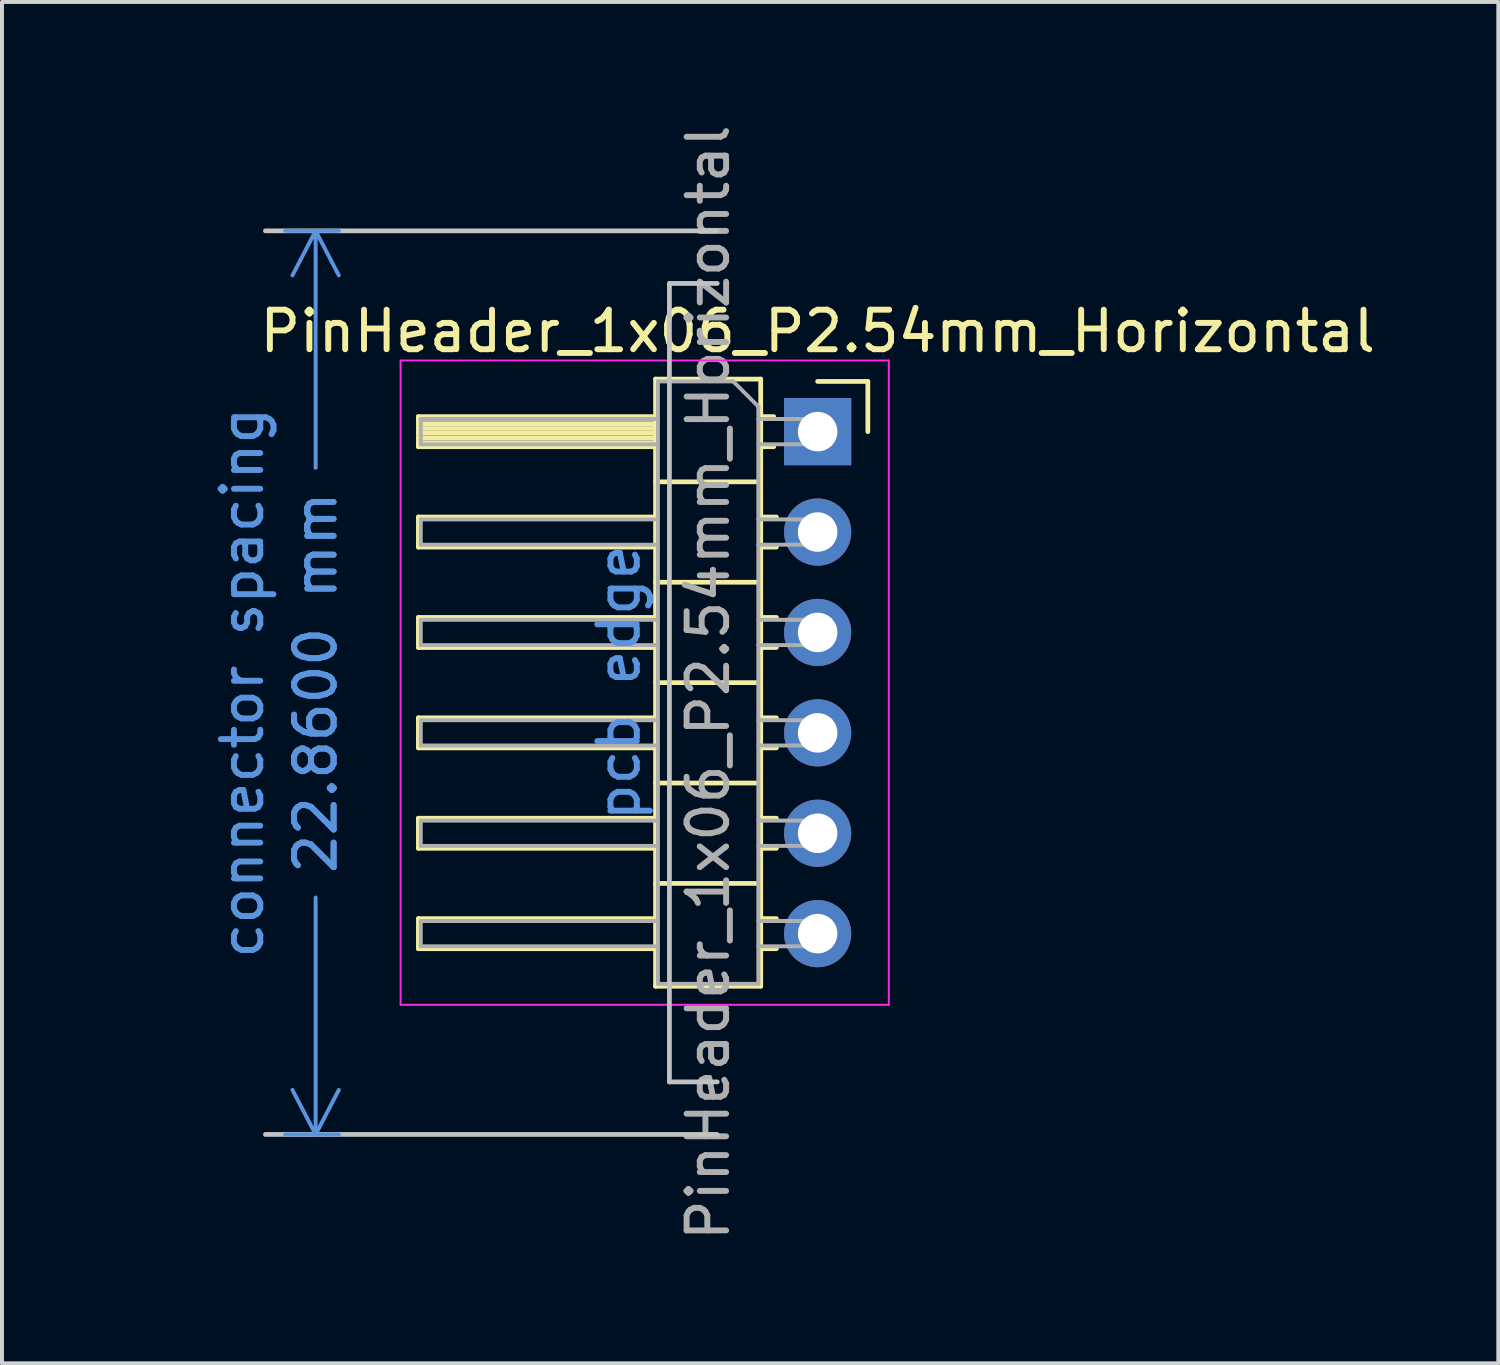
<source format=kicad_pcb>
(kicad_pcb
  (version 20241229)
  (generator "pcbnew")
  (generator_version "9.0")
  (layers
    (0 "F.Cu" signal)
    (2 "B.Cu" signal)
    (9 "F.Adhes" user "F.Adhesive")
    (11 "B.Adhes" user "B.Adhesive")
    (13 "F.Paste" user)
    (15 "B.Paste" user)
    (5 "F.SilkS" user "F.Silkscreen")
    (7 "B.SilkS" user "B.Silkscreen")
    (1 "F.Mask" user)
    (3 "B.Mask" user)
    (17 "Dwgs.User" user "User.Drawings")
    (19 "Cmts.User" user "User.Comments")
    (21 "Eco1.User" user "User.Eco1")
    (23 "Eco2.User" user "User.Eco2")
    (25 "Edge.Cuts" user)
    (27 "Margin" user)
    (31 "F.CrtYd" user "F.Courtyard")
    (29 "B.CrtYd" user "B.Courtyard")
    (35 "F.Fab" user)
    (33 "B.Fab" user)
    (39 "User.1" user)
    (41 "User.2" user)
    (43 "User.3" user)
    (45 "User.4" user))
  (footprint "PinHeader_1x06_P2.54mm_Horizontal"
    (layer "F.Cu")
    (at 17.635 7.87)
    (property "Reference" "PinHeader_1x06_P2.54mm_Horizontal" (at 0 -2.54 0) (layer "F.SilkS") (effects (font (size 1 1) (thickness 0.15))))
    (attr through_hole)
    (fp_line (start -10.1 -0.38) (end -10.1 0.38) (stroke (width 0.12) (type solid)) (layer "F.SilkS"))
    (fp_line (start -10.1 0.38) (end -4.1 0.38) (stroke (width 0.12) (type solid)) (layer "F.SilkS"))
    (fp_line (start -10.1 2.16) (end -10.1 2.92) (stroke (width 0.12) (type solid)) (layer "F.SilkS"))
    (fp_line (start -10.1 2.92) (end -4.1 2.92) (stroke (width 0.12) (type solid)) (layer "F.SilkS"))
    (fp_line (start -10.1 4.7) (end -10.1 5.46) (stroke (width 0.12) (type solid)) (layer "F.SilkS"))
    (fp_line (start -10.1 5.46) (end -4.1 5.46) (stroke (width 0.12) (type solid)) (layer "F.SilkS"))
    (fp_line (start -10.1 7.24) (end -10.1 8) (stroke (width 0.12) (type solid)) (layer "F.SilkS"))
    (fp_line (start -10.1 8) (end -4.1 8) (stroke (width 0.12) (type solid)) (layer "F.SilkS"))
    (fp_line (start -10.1 9.78) (end -10.1 10.54) (stroke (width 0.12) (type solid)) (layer "F.SilkS"))
    (fp_line (start -10.1 10.54) (end -4.1 10.54) (stroke (width 0.12) (type solid)) (layer "F.SilkS"))
    (fp_line (start -10.1 12.32) (end -10.1 13.08) (stroke (width 0.12) (type solid)) (layer "F.SilkS"))
    (fp_line (start -10.1 13.08) (end -4.1 13.08) (stroke (width 0.12) (type solid)) (layer "F.SilkS"))
    (fp_line (start -4.1 -1.33) (end -1.44 -1.33) (stroke (width 0.12) (type solid)) (layer "F.SilkS"))
    (fp_line (start -4.1 -0.38) (end -10.1 -0.38) (stroke (width 0.12) (type solid)) (layer "F.SilkS"))
    (fp_line (start -4.1 -0.32) (end -10.1 -0.32) (stroke (width 0.12) (type solid)) (layer "F.SilkS"))
    (fp_line (start -4.1 -0.2) (end -10.1 -0.2) (stroke (width 0.12) (type solid)) (layer "F.SilkS"))
    (fp_line (start -4.1 -0.08) (end -10.1 -0.08) (stroke (width 0.12) (type solid)) (layer "F.SilkS"))
    (fp_line (start -4.1 0.04) (end -10.1 0.04) (stroke (width 0.12) (type solid)) (layer "F.SilkS"))
    (fp_line (start -4.1 0.16) (end -10.1 0.16) (stroke (width 0.12) (type solid)) (layer "F.SilkS"))
    (fp_line (start -4.1 0.28) (end -10.1 0.28) (stroke (width 0.12) (type solid)) (layer "F.SilkS"))
    (fp_line (start -4.1 2.16) (end -10.1 2.16) (stroke (width 0.12) (type solid)) (layer "F.SilkS"))
    (fp_line (start -4.1 4.7) (end -10.1 4.7) (stroke (width 0.12) (type solid)) (layer "F.SilkS"))
    (fp_line (start -4.1 7.24) (end -10.1 7.24) (stroke (width 0.12) (type solid)) (layer "F.SilkS"))
    (fp_line (start -4.1 9.78) (end -10.1 9.78) (stroke (width 0.12) (type solid)) (layer "F.SilkS"))
    (fp_line (start -4.1 12.32) (end -10.1 12.32) (stroke (width 0.12) (type solid)) (layer "F.SilkS"))
    (fp_line (start -4.1 14.03) (end -4.1 -1.33) (stroke (width 0.12) (type solid)) (layer "F.SilkS"))
    (fp_line (start -1.44 -1.33) (end -1.44 14.03) (stroke (width 0.12) (type solid)) (layer "F.SilkS"))
    (fp_line (start -1.44 1.27) (end -4.1 1.27) (stroke (width 0.12) (type solid)) (layer "F.SilkS"))
    (fp_line (start -1.44 3.81) (end -4.1 3.81) (stroke (width 0.12) (type solid)) (layer "F.SilkS"))
    (fp_line (start -1.44 6.35) (end -4.1 6.35) (stroke (width 0.12) (type solid)) (layer "F.SilkS"))
    (fp_line (start -1.44 8.89) (end -4.1 8.89) (stroke (width 0.12) (type solid)) (layer "F.SilkS"))
    (fp_line (start -1.44 11.43) (end -4.1 11.43) (stroke (width 0.12) (type solid)) (layer "F.SilkS"))
    (fp_line (start -1.44 14.03) (end -4.1 14.03) (stroke (width 0.12) (type solid)) (layer "F.SilkS"))
    (fp_line (start -1.11 -0.38) (end -1.44 -0.38) (stroke (width 0.12) (type solid)) (layer "F.SilkS"))
    (fp_line (start -1.11 0.38) (end -1.44 0.38) (stroke (width 0.12) (type solid)) (layer "F.SilkS"))
    (fp_line (start -1.043 2.16) (end -1.44 2.16) (stroke (width 0.12) (type solid)) (layer "F.SilkS"))
    (fp_line (start -1.043 2.92) (end -1.44 2.92) (stroke (width 0.12) (type solid)) (layer "F.SilkS"))
    (fp_line (start -1.043 4.7) (end -1.44 4.7) (stroke (width 0.12) (type solid)) (layer "F.SilkS"))
    (fp_line (start -1.043 5.46) (end -1.44 5.46) (stroke (width 0.12) (type solid)) (layer "F.SilkS"))
    (fp_line (start -1.043 7.24) (end -1.44 7.24) (stroke (width 0.12) (type solid)) (layer "F.SilkS"))
    (fp_line (start -1.043 8) (end -1.44 8) (stroke (width 0.12) (type solid)) (layer "F.SilkS"))
    (fp_line (start -1.043 9.78) (end -1.44 9.78) (stroke (width 0.12) (type solid)) (layer "F.SilkS"))
    (fp_line (start -1.043 10.54) (end -1.44 10.54) (stroke (width 0.12) (type solid)) (layer "F.SilkS"))
    (fp_line (start -1.043 12.32) (end -1.44 12.32) (stroke (width 0.12) (type solid)) (layer "F.SilkS"))
    (fp_line (start -1.043 13.08) (end -1.44 13.08) (stroke (width 0.12) (type solid)) (layer "F.SilkS"))
    (fp_line (start 1.27 -1.27) (end 0 -1.27) (stroke (width 0.12) (type solid)) (layer "F.SilkS"))
    (fp_line (start 1.27 0) (end 1.27 -1.27) (stroke (width 0.12) (type solid)) (layer "F.SilkS"))
    (fp_line (start -13.97 -5.08) (end -2.54 -5.08) (stroke (width 0.12) (type default)) (layer "Dwgs.User"))
    (fp_line (start -13.97 17.78) (end -2.54 17.78) (stroke (width 0.12) (type default)) (layer "Dwgs.User"))
    (fp_line (start -3.75 -3.75) (end -3.75 16.45) (stroke (width 0.12) (type default)) (layer "Dwgs.User"))
    (fp_line (start -3.75 -3.75) (end -2.54 -3.75) (stroke (width 0.12) (type default)) (layer "Dwgs.User"))
    (fp_line (start -2.54 16.45) (end -3.75 16.45) (stroke (width 0.12) (type default)) (layer "Dwgs.User"))
    (fp_line (start -10.55 -1.8) (end 1.8 -1.8) (stroke (width 0.05) (type solid)) (layer "F.CrtYd"))
    (fp_line (start -10.55 14.5) (end -10.55 -1.8) (stroke (width 0.05) (type solid)) (layer "F.CrtYd"))
    (fp_line (start 1.8 -1.8) (end 1.8 14.5) (stroke (width 0.05) (type solid)) (layer "F.CrtYd"))
    (fp_line (start 1.8 14.5) (end -10.55 14.5) (stroke (width 0.05) (type solid)) (layer "F.CrtYd"))
    (fp_line (start -10.04 -0.32) (end -10.04 0.32) (stroke (width 0.1) (type solid)) (layer "F.Fab"))
    (fp_line (start -10.04 2.22) (end -10.04 2.86) (stroke (width 0.1) (type solid)) (layer "F.Fab"))
    (fp_line (start -10.04 4.76) (end -10.04 5.4) (stroke (width 0.1) (type solid)) (layer "F.Fab"))
    (fp_line (start -10.04 7.3) (end -10.04 7.94) (stroke (width 0.1) (type solid)) (layer "F.Fab"))
    (fp_line (start -10.04 9.84) (end -10.04 10.48) (stroke (width 0.1) (type solid)) (layer "F.Fab"))
    (fp_line (start -10.04 12.38) (end -10.04 13.02) (stroke (width 0.1) (type solid)) (layer "F.Fab"))
    (fp_line (start -4.04 -1.27) (end -4.04 13.97) (stroke (width 0.1) (type solid)) (layer "F.Fab"))
    (fp_line (start -4.04 -0.32) (end -10.04 -0.32) (stroke (width 0.1) (type solid)) (layer "F.Fab"))
    (fp_line (start -4.04 0.32) (end -10.04 0.32) (stroke (width 0.1) (type solid)) (layer "F.Fab"))
    (fp_line (start -4.04 2.22) (end -10.04 2.22) (stroke (width 0.1) (type solid)) (layer "F.Fab"))
    (fp_line (start -4.04 2.86) (end -10.04 2.86) (stroke (width 0.1) (type solid)) (layer "F.Fab"))
    (fp_line (start -4.04 4.76) (end -10.04 4.76) (stroke (width 0.1) (type solid)) (layer "F.Fab"))
    (fp_line (start -4.04 5.4) (end -10.04 5.4) (stroke (width 0.1) (type solid)) (layer "F.Fab"))
    (fp_line (start -4.04 7.3) (end -10.04 7.3) (stroke (width 0.1) (type solid)) (layer "F.Fab"))
    (fp_line (start -4.04 7.94) (end -10.04 7.94) (stroke (width 0.1) (type solid)) (layer "F.Fab"))
    (fp_line (start -4.04 9.84) (end -10.04 9.84) (stroke (width 0.1) (type solid)) (layer "F.Fab"))
    (fp_line (start -4.04 10.48) (end -10.04 10.48) (stroke (width 0.1) (type solid)) (layer "F.Fab"))
    (fp_line (start -4.04 12.38) (end -10.04 12.38) (stroke (width 0.1) (type solid)) (layer "F.Fab"))
    (fp_line (start -4.04 13.02) (end -10.04 13.02) (stroke (width 0.1) (type solid)) (layer "F.Fab"))
    (fp_line (start -4.04 13.97) (end -1.5 13.97) (stroke (width 0.1) (type solid)) (layer "F.Fab"))
    (fp_line (start -2.135 -1.27) (end -4.04 -1.27) (stroke (width 0.1) (type solid)) (layer "F.Fab"))
    (fp_line (start -1.5 -0.635) (end -2.135 -1.27) (stroke (width 0.1) (type solid)) (layer "F.Fab"))
    (fp_line (start -1.5 13.97) (end -1.5 -0.635) (stroke (width 0.1) (type solid)) (layer "F.Fab"))
    (fp_line (start 0.32 -0.32) (end -1.5 -0.32) (stroke (width 0.1) (type solid)) (layer "F.Fab"))
    (fp_line (start 0.32 -0.32) (end 0.32 0.32) (stroke (width 0.1) (type solid)) (layer "F.Fab"))
    (fp_line (start 0.32 0.32) (end -1.5 0.32) (stroke (width 0.1) (type solid)) (layer "F.Fab"))
    (fp_line (start 0.32 2.22) (end -1.5 2.22) (stroke (width 0.1) (type solid)) (layer "F.Fab"))
    (fp_line (start 0.32 2.22) (end 0.32 2.86) (stroke (width 0.1) (type solid)) (layer "F.Fab"))
    (fp_line (start 0.32 2.86) (end -1.5 2.86) (stroke (width 0.1) (type solid)) (layer "F.Fab"))
    (fp_line (start 0.32 4.76) (end -1.5 4.76) (stroke (width 0.1) (type solid)) (layer "F.Fab"))
    (fp_line (start 0.32 4.76) (end 0.32 5.4) (stroke (width 0.1) (type solid)) (layer "F.Fab"))
    (fp_line (start 0.32 5.4) (end -1.5 5.4) (stroke (width 0.1) (type solid)) (layer "F.Fab"))
    (fp_line (start 0.32 7.3) (end -1.5 7.3) (stroke (width 0.1) (type solid)) (layer "F.Fab"))
    (fp_line (start 0.32 7.3) (end 0.32 7.94) (stroke (width 0.1) (type solid)) (layer "F.Fab"))
    (fp_line (start 0.32 7.94) (end -1.5 7.94) (stroke (width 0.1) (type solid)) (layer "F.Fab"))
    (fp_line (start 0.32 9.84) (end -1.5 9.84) (stroke (width 0.1) (type solid)) (layer "F.Fab"))
    (fp_line (start 0.32 9.84) (end 0.32 10.48) (stroke (width 0.1) (type solid)) (layer "F.Fab"))
    (fp_line (start 0.32 10.48) (end -1.5 10.48) (stroke (width 0.1) (type solid)) (layer "F.Fab"))
    (fp_line (start 0.32 12.38) (end -1.5 12.38) (stroke (width 0.1) (type solid)) (layer "F.Fab"))
    (fp_line (start 0.32 12.38) (end 0.32 13.02) (stroke (width 0.1) (type solid)) (layer "F.Fab"))
    (fp_line (start 0.32 13.02) (end -1.5 13.02) (stroke (width 0.1) (type solid)) (layer "F.Fab"))
    (fp_text user "pcb edge" (at -4.445 6.35 90) (unlocked yes) (layer "Cmts.User") (effects (font (size 1 1) (thickness 0.15)) (justify bottom)))
    (fp_text user "connector spacing" (at -13.97 6.35 90) (unlocked yes) (layer "Cmts.User") (effects (font (size 1 1) (thickness 0.15)) (justify bottom)))
    (fp_text user "${REFERENCE}" (at -2.77 6.35 90) (layer "F.Fab") (effects (font (size 1 1) (thickness 0.15))))
    (dimension (type aligned) (layer "Cmts.User") (pts (xy 3.665 2.79) (xy 3.665 25.65)) (height -1.27) (format (prefix "") (suffix "") (units 3) (units_format 1) (precision 4)) (style (thickness 0.1) (arrow_length 1.27) (text_position_mode 1) (arrow_direction outward) (extension_height 0.586) (extension_offset 0.5) (keep_text_aligned yes)) (gr_text "22.8600 mm" (at 4.935 14.22 90) (layer "Cmts.User") (effects (font (size 1 1) (thickness 0.15)))))
    (pad "1" thru_hole rect (at 0 0) (size 1.7 1.7) (drill 1) (layers "*.Cu" "*.Mask"))
    (pad "2" thru_hole oval (at 0 2.54) (size 1.7 1.7) (drill 1) (layers "*.Cu" "*.Mask"))
    (pad "3" thru_hole oval (at 0 5.08) (size 1.7 1.7) (drill 1) (layers "*.Cu" "*.Mask"))
    (pad "4" thru_hole oval (at 0 7.62) (size 1.7 1.7) (drill 1) (layers "*.Cu" "*.Mask"))
    (pad "5" thru_hole oval (at 0 10.16) (size 1.7 1.7) (drill 1) (layers "*.Cu" "*.Mask"))
    (pad "6" thru_hole oval (at 0 12.7) (size 1.7 1.7) (drill 1) (layers "*.Cu" "*.Mask")))
  (gr_rect
    (start -3 -3)
    (end 34.855 31.44)
    (stroke (width 0.1) (type default))
    (fill no)
    (layer "Edge.Cuts")))
</source>
